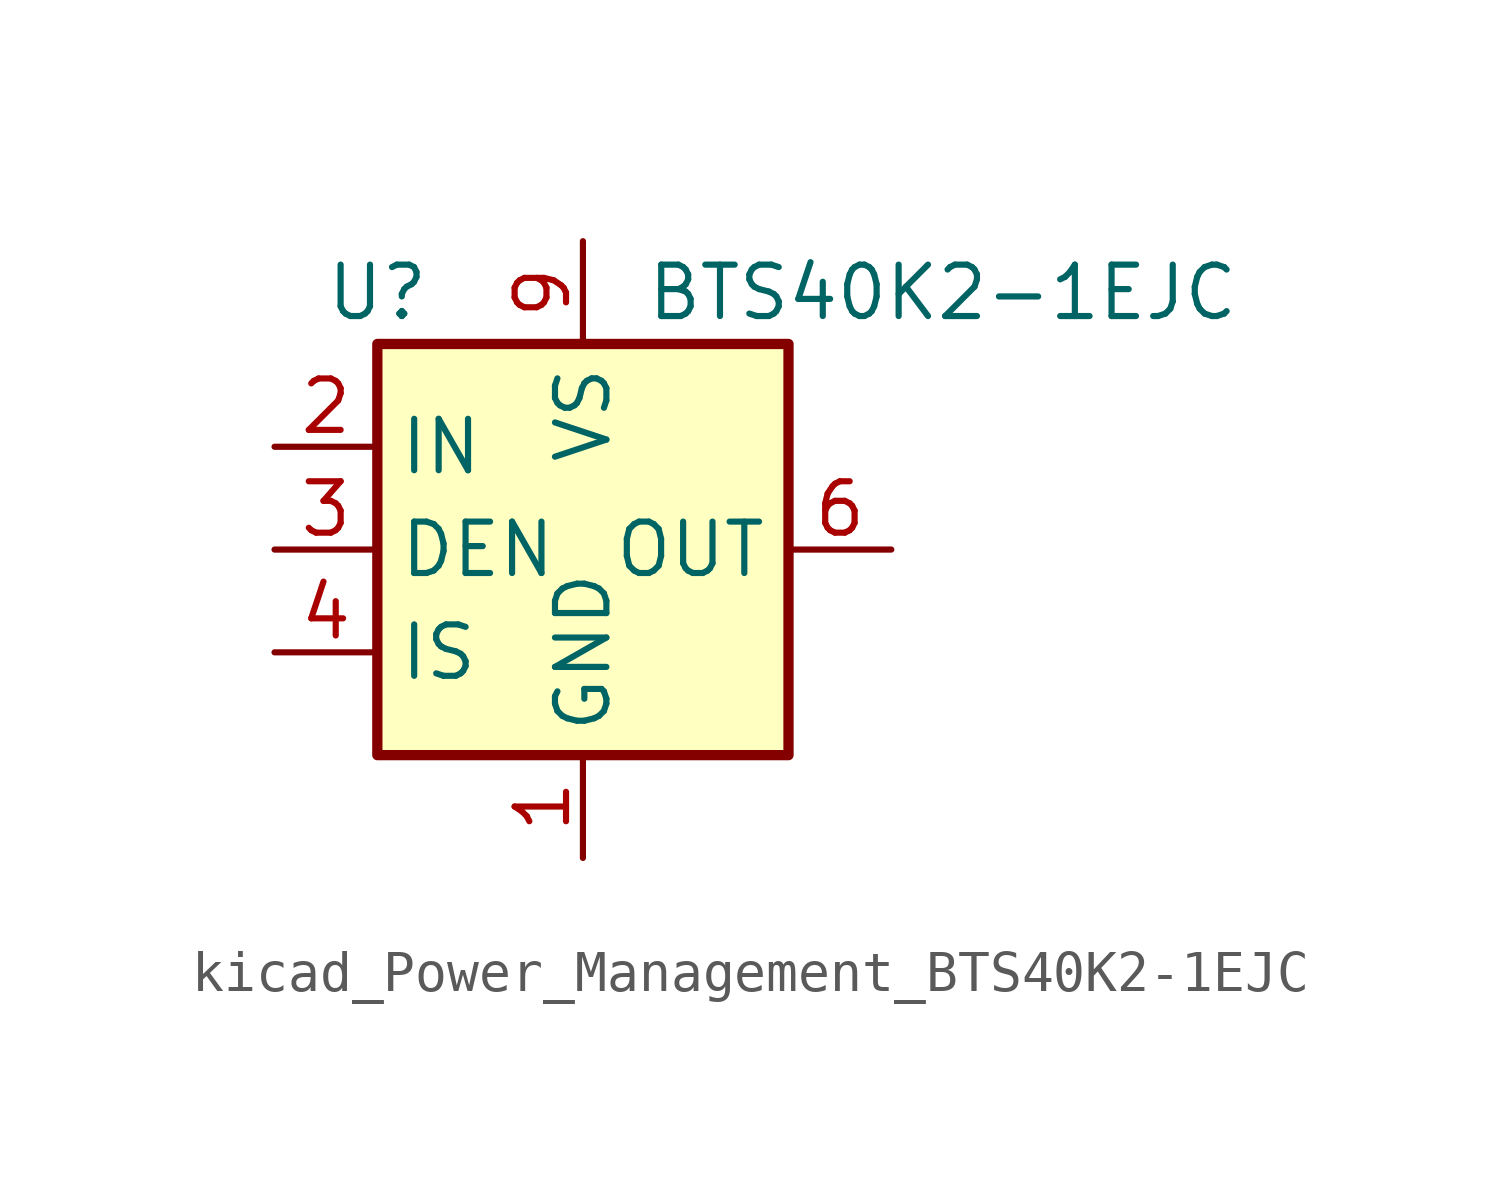
<source format=kicad_sym>
(kicad_symbol_lib
  (version 20220914)
  (generator kicad_symbol_editor)
  (symbol "kicad_Power_Management_BTS40K2-1EJC"
    (property "Reference" "U"
      (at -5.08 6.35 0)
      (effects (font (size 1.27 1.27))))
    (property "Value" "BTS40K2-1EJC"
      (at 8.89 6.35 0)
      (effects (font (size 1.27 1.27))))
    (symbol "kicad_Power_Management_BTS40K2-1EJC_0_1"
      (rectangle (start -5.08 5.08) (end 5.08 -5.08) (stroke (width 0.254) (type default)) (fill (type background))))
    (symbol "kicad_Power_Management_BTS40K2-1EJC_1_1"
      (pin power_in line (at 0 -7.62 90) (length 2.54) (name "GND" (effects (font (size 1.27 1.27)))) (number "1" (effects (font (size 1.27 1.27)))))
      (pin input line (at -7.62 2.54 0) (length 2.54) (name "IN" (effects (font (size 1.27 1.27)))) (number "2" (effects (font (size 1.27 1.27)))))
      (pin input line (at -7.62 0 0) (length 2.54) (name "DEN" (effects (font (size 1.27 1.27)))) (number "3" (effects (font (size 1.27 1.27)))))
      (pin output line (at -7.62 -2.54 0) (length 2.54) (name "IS" (effects (font (size 1.27 1.27)))) (number "4" (effects (font (size 1.27 1.27)))))
      (pin no_connect line (at 5.08 2.54 180) (length 2.54) hide (name "NC" (effects (font (size 1.27 1.27)))) (number "5" (effects (font (size 1.27 1.27)))))
      (pin power_out line (at 7.62 0 180) (length 2.54) (name "OUT" (effects (font (size 1.27 1.27)))) (number "6" (effects (font (size 1.27 1.27)))))
      (pin passive line (at 7.62 0 180) (length 2.54) hide (name "OUT" (effects (font (size 1.27 1.27)))) (number "7" (effects (font (size 1.27 1.27)))))
      (pin passive line (at 7.62 0 180) (length 2.54) hide (name "OUT" (effects (font (size 1.27 1.27)))) (number "8" (effects (font (size 1.27 1.27)))))
      (pin power_in line (at 0 7.62 270) (length 2.54) (name "VS" (effects (font (size 1.27 1.27)))) (number "9" (effects (font (size 1.27 1.27))))))))
</source>
